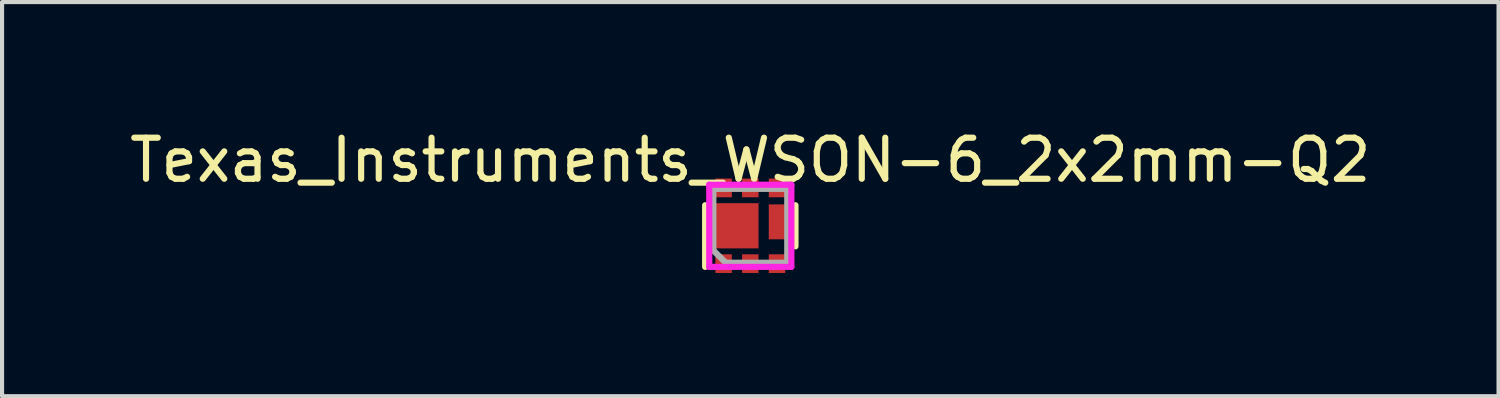
<source format=kicad_pcb>
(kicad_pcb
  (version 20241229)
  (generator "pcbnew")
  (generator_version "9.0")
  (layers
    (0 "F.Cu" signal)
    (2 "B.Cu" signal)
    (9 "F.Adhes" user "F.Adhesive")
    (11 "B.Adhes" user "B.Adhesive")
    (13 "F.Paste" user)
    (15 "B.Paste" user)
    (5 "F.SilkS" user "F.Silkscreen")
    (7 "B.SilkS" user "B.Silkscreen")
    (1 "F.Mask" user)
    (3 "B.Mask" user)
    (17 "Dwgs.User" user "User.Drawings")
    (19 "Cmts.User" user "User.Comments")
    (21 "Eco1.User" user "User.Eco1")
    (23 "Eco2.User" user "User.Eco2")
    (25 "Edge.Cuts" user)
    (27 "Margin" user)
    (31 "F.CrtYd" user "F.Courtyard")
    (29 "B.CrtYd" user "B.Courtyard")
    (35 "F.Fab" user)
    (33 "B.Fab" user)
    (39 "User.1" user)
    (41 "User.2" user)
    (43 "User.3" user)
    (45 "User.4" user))
  (footprint "Texas_Instruments_WSON-6_2x2mm-Q2"
    (layer "F.Cu")
    (at 15.22 2.448)
    (property "Reference" "Texas_Instruments_WSON-6_2x2mm-Q2" (at 0 -1.6 0) (layer "F.SilkS") (effects (font (size 1 1) (thickness 0.15))))
    (attr through_hole)
    (fp_line (start -1.1 -0.5) (end -1.1 1) (stroke (width 0.15) (type solid)) (layer "F.SilkS"))
    (fp_line (start 1.1 -0.5) (end 1.1 0.5) (stroke (width 0.15) (type solid)) (layer "F.SilkS"))
    (fp_line (start -1 -1) (end 1 -1) (stroke (width 0.15) (type solid)) (layer "F.CrtYd"))
    (fp_line (start -1 1) (end -1 -1) (stroke (width 0.15) (type solid)) (layer "F.CrtYd"))
    (fp_line (start 1 -1) (end 1 1) (stroke (width 0.15) (type solid)) (layer "F.CrtYd"))
    (fp_line (start 1 1) (end -1 1) (stroke (width 0.15) (type solid)) (layer "F.CrtYd"))
    (fp_line (start -0.9 -0.9) (end -0.9 0.6) (stroke (width 0.15) (type solid)) (layer "F.Fab"))
    (fp_line (start -0.9 0.6) (end -0.6 0.9) (stroke (width 0.15) (type solid)) (layer "F.Fab"))
    (fp_line (start -0.8 -0.9) (end -0.9 -0.9) (stroke (width 0.15) (type solid)) (layer "F.Fab"))
    (fp_line (start -0.6 0.9) (end 0.9 0.9) (stroke (width 0.15) (type solid)) (layer "F.Fab"))
    (fp_line (start 0.9 -0.9) (end -0.8 -0.9) (stroke (width 0.15) (type solid)) (layer "F.Fab"))
    (fp_line (start 0.9 0.9) (end 0.9 -0.9) (stroke (width 0.15) (type solid)) (layer "F.Fab"))
    (pad "1" smd rect (at -0.65 -0.922) (size 0.4 0.455) (layers "F.Cu" "F.Mask" "F.Paste"))
    (pad "1" smd rect (at -0.65 0.922) (size 0.4 0.455) (layers "F.Cu" "F.Mask" "F.Paste"))
    (pad "1" smd rect (at -0.325 0) (size 1.05 1.1) (layers "F.Cu" "F.Mask" "F.Paste"))
    (pad "1" smd rect (at 0 -0.922) (size 0.4 0.455) (layers "F.Cu" "F.Mask" "F.Paste"))
    (pad "1" smd rect (at 0 0.922) (size 0.4 0.455) (layers "F.Cu" "F.Mask" "F.Paste"))
    (pad "2" smd rect (at 0.65 0.922) (size 0.4 0.455) (layers "F.Cu" "F.Mask" "F.Paste"))
    (pad "3" smd rect (at 0.65 -0.922) (size 0.4 0.455) (layers "F.Cu" "F.Mask" "F.Paste"))
    (pad "3" smd rect (at 0.65 -0.096) (size 0.4 0.85) (layers "F.Cu" "F.Mask" "F.Paste")))
  (gr_rect
    (start -3 -3)
    (end 33.44 6.598)
    (stroke (width 0.1) (type default))
    (fill no)
    (layer "Edge.Cuts")))
</source>
